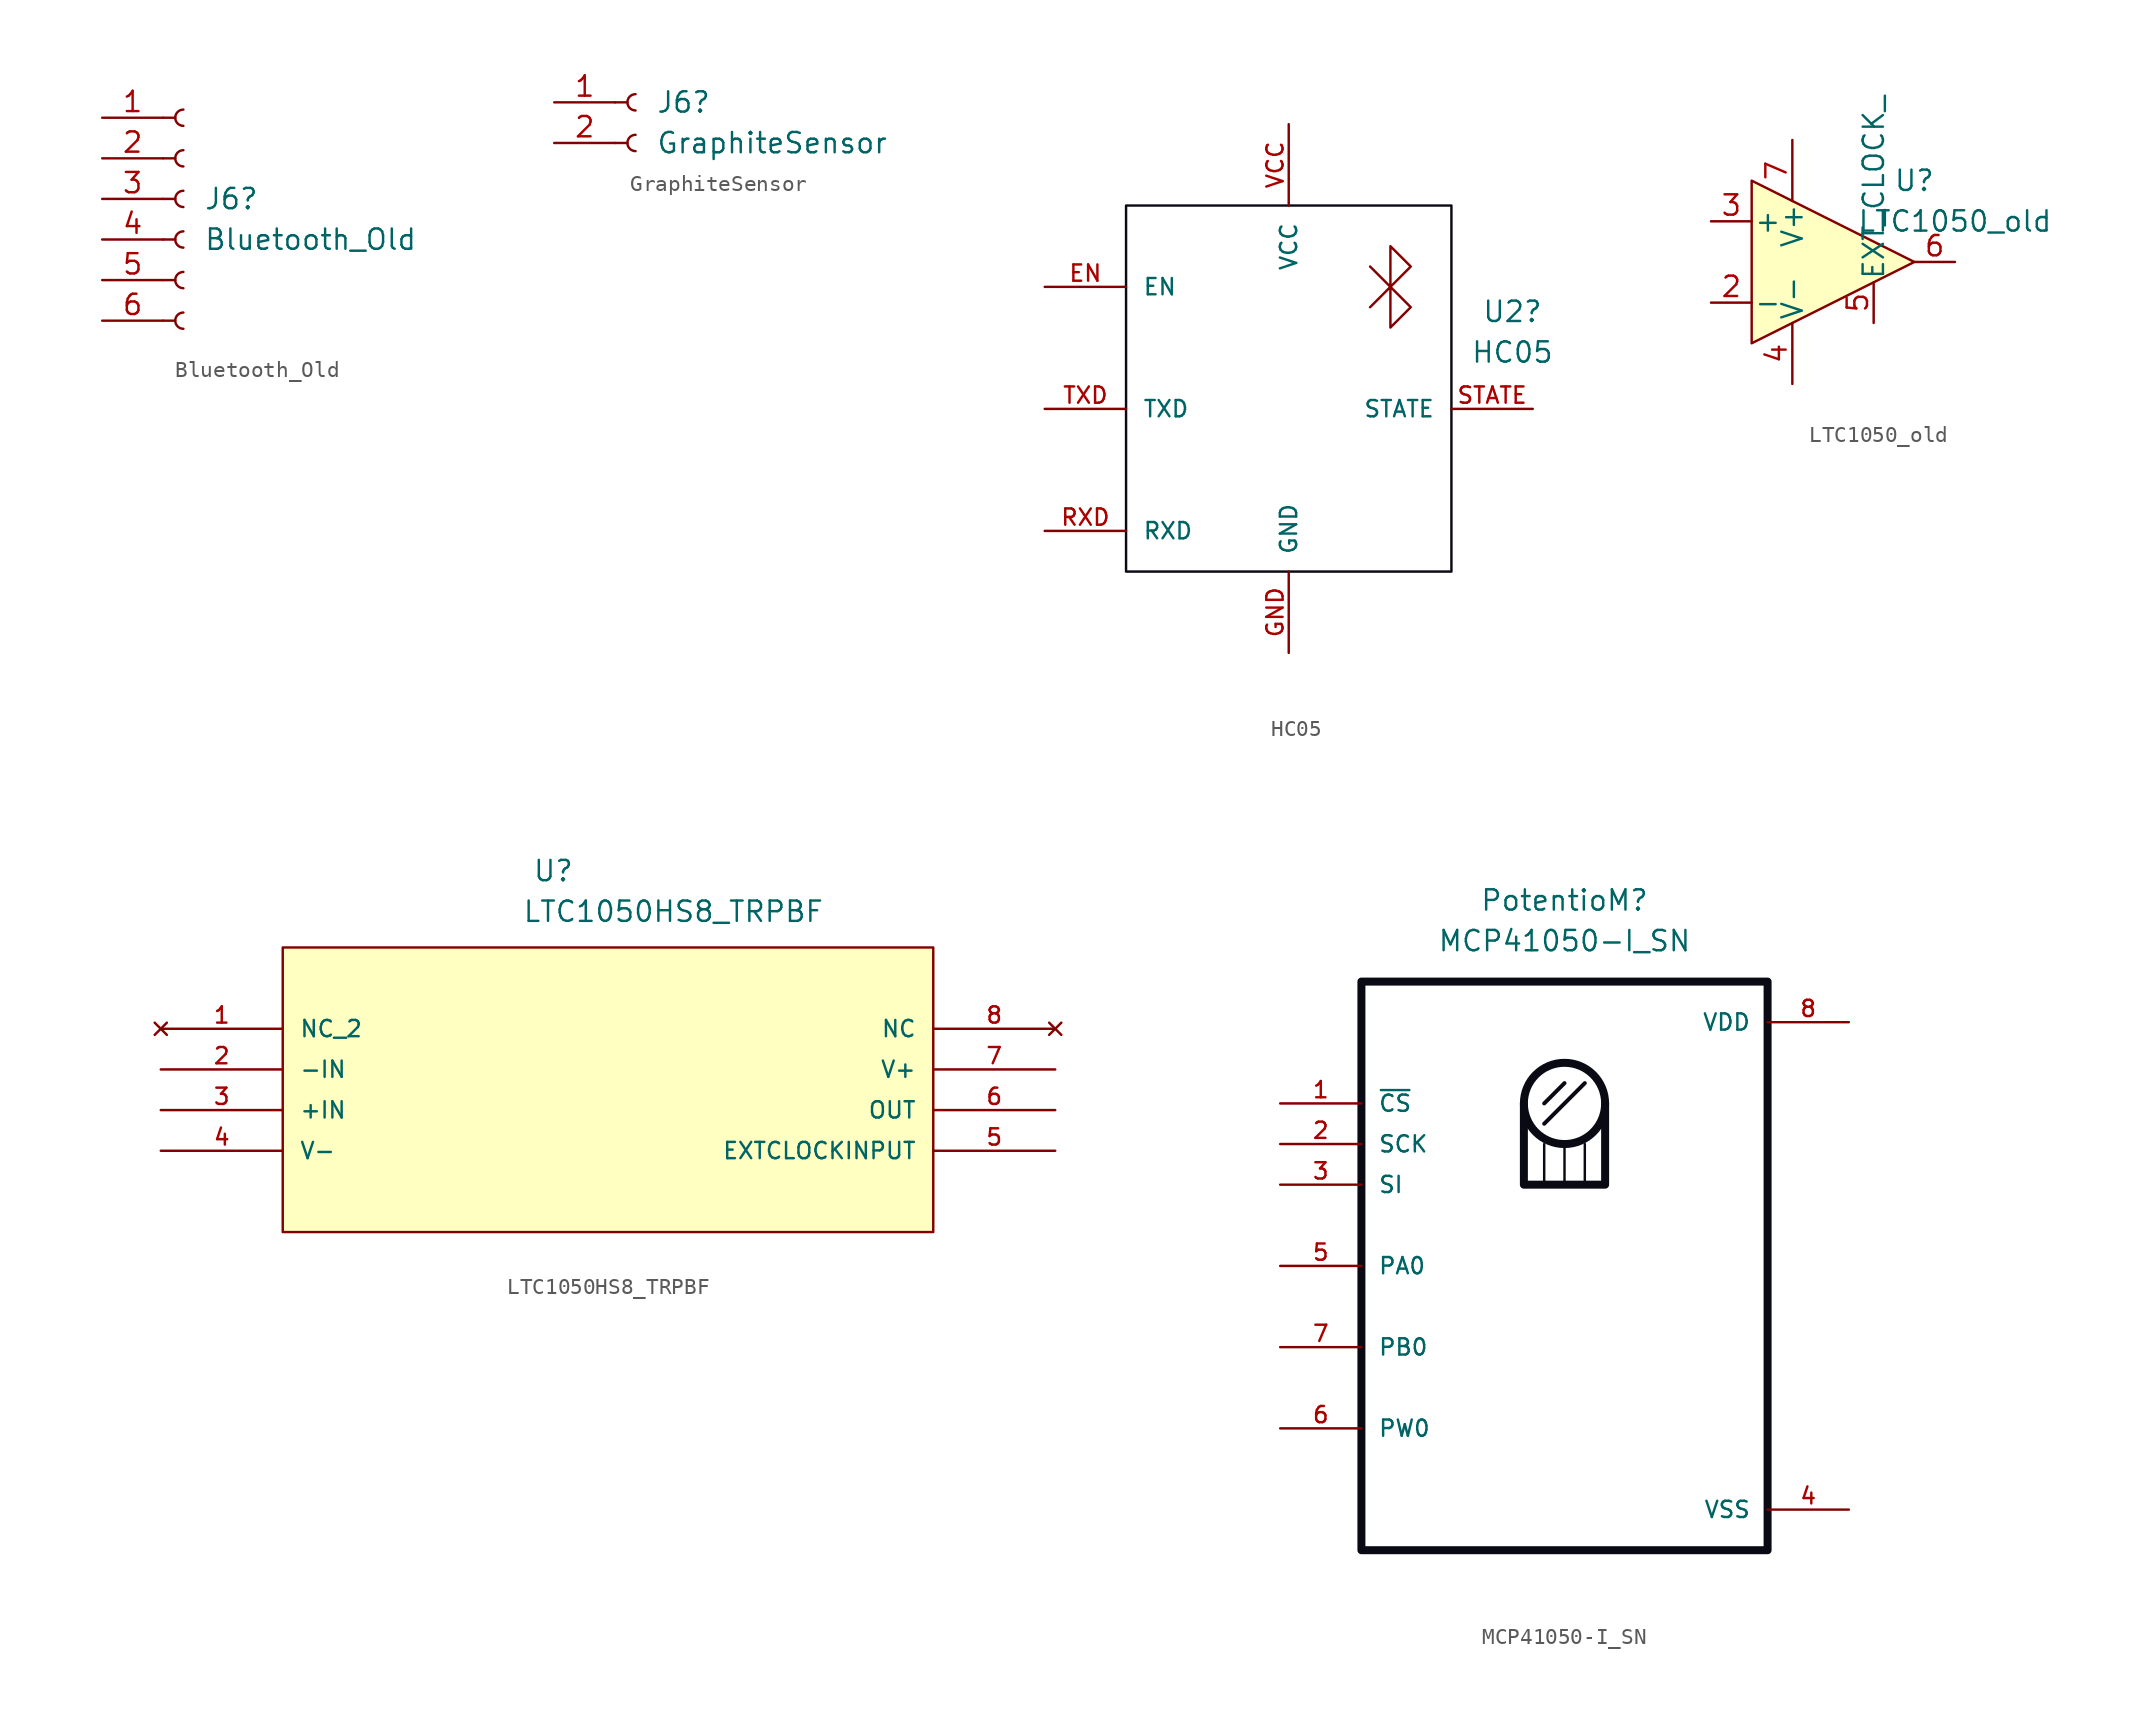
<source format=kicad_sym>
(kicad_symbol_lib
  (version 20241209)
  (generator "kicad_symbol_editor")
  (generator_version "9.0")
  (symbol "Bluetooth_Old"
    (pin_names
      (offset 1.016)
      (hide yes))
    (property "Reference" "J6"
      (at 1.27 0.0001 0)
      (effects (font (size 1.27 1.27)) (justify left)))
    (property "Value" "Bluetooth_Old"
      (at 1.27 -2.54 0)
      (effects (font (size 1.27 1.27)) (justify left)))
    (property "ki_locked" ""
      (at 0 0 0)
      (effects (font (size 1.27 1.27))))
    (symbol "Bluetooth_Old_1_1"
      (polyline (pts (xy -1.27 5.08) (xy -0.508 5.08)) (stroke (width 0.152) (type default)) (fill (type none)))
      (polyline (pts (xy -1.27 2.54) (xy -0.508 2.54)) (stroke (width 0.152) (type default)) (fill (type none)))
      (polyline (pts (xy -1.27 0) (xy -0.508 0)) (stroke (width 0.152) (type default)) (fill (type none)))
      (polyline (pts (xy -1.27 -2.54) (xy -0.508 -2.54)) (stroke (width 0.152) (type default)) (fill (type none)))
      (polyline (pts (xy -1.27 -5.08) (xy -0.508 -5.08)) (stroke (width 0.152) (type default)) (fill (type none)))
      (polyline (pts (xy -1.27 -7.62) (xy -0.508 -7.62)) (stroke (width 0.152) (type default)) (fill (type none)))
      (arc (start 0 4.572) (mid -0.5058 5.08) (end 0 5.588) (stroke (width 0.1524) (type default)) (fill (type none)))
      (arc (start 0 2.032) (mid -0.5058 2.54) (end 0 3.048) (stroke (width 0.1524) (type default)) (fill (type none)))
      (arc (start 0 -0.508) (mid -0.5058 0) (end 0 0.508) (stroke (width 0.1524) (type default)) (fill (type none)))
      (arc (start 0 -3.048) (mid -0.5058 -2.54) (end 0 -2.032) (stroke (width 0.1524) (type default)) (fill (type none)))
      (arc (start 0 -5.588) (mid -0.5058 -5.08) (end 0 -4.572) (stroke (width 0.1524) (type default)) (fill (type none)))
      (arc (start 0 -8.128) (mid -0.5058 -7.62) (end 0 -7.112) (stroke (width 0.1524) (type default)) (fill (type none)))
      (pin passive line (at -5.08 5.08 0) (length 3.81) (name "Pin_1" (effects (font (size 1.27 1.27)))) (number "1" (effects (font (size 1.27 1.27)))))
      (pin passive line (at -5.08 2.54 0) (length 3.81) (name "Pin_2" (effects (font (size 1.27 1.27)))) (number "2" (effects (font (size 1.27 1.27)))))
      (pin passive line (at -5.08 0 0) (length 3.81) (name "Pin_3" (effects (font (size 1.27 1.27)))) (number "3" (effects (font (size 1.27 1.27)))))
      (pin passive line (at -5.08 -2.54 0) (length 3.81) (name "Pin_4" (effects (font (size 1.27 1.27)))) (number "4" (effects (font (size 1.27 1.27)))))
      (pin passive line (at -5.08 -5.08 0) (length 3.81) (name "Pin_5" (effects (font (size 1.27 1.27)))) (number "5" (effects (font (size 1.27 1.27)))))
      (pin passive line (at -5.08 -7.62 0) (length 3.81) (name "Pin_6" (effects (font (size 1.27 1.27)))) (number "6" (effects (font (size 1.27 1.27)))))))
  (symbol "GraphiteSensor"
    (pin_names
      (offset 1.016)
      (hide yes))
    (property "Reference" "J6"
      (at 1.27 0.0001 0)
      (effects (font (size 1.27 1.27)) (justify left)))
    (property "Value" "GraphiteSensor"
      (at 1.27 -2.54 0)
      (effects (font (size 1.27 1.27)) (justify left)))
    (property "ki_locked" ""
      (at 0 0 0)
      (effects (font (size 1.27 1.27))))
    (symbol "GraphiteSensor_1_1"
      (polyline (pts (xy -1.27 0) (xy -0.508 0)) (stroke (width 0.152) (type default)) (fill (type none)))
      (polyline (pts (xy -1.27 -2.54) (xy -0.508 -2.54)) (stroke (width 0.152) (type default)) (fill (type none)))
      (arc (start 0 -0.508) (mid -0.5058 0) (end 0 0.508) (stroke (width 0.1524) (type default)) (fill (type none)))
      (arc (start 0 -3.048) (mid -0.5058 -2.54) (end 0 -2.032) (stroke (width 0.1524) (type default)) (fill (type none)))
      (pin passive line (at -5.08 0 0) (length 3.81) (name "Pin_1" (effects (font (size 1.27 1.27)))) (number "1" (effects (font (size 1.27 1.27)))))
      (pin passive line (at -5.08 -2.54 0) (length 3.81) (name "Pin_2" (effects (font (size 1.27 1.27)))) (number "2" (effects (font (size 1.27 1.27)))))))
  (symbol "HC05"
    (pin_names
      (offset 1.016))
    (property "Reference" "U2"
      (at 16.51 6.071 0)
      (effects (font (size 1.27 1.27))))
    (property "Value" "HC05"
      (at 16.51 3.531 0)
      (effects (font (size 1.27 1.27))))
    (symbol "HC05_0_0"
      (pin bidirectional line (at -12.7 7.62 0) (length 5.08) (name "EN" (effects (font (size 1.016 1.016)))) (number "EN" (effects (font (size 1.016 1.016)))))
      (pin bidirectional line (at -12.7 0 0) (length 5.08) (name "TXD" (effects (font (size 1.016 1.016)))) (number "TXD" (effects (font (size 1.016 1.016)))))
      (pin bidirectional line (at -12.7 -7.62 0) (length 5.08) (name "RXD" (effects (font (size 1.016 1.016)))) (number "RXD" (effects (font (size 1.016 1.016)))))
      (pin bidirectional line (at 2.54 17.78 270) (length 5.08) (name "VCC" (effects (font (size 1.016 1.016)))) (number "VCC" (effects (font (size 1.016 1.016)))))
      (pin bidirectional line (at 2.54 -15.24 90) (length 5.08) (name "GND" (effects (font (size 1.016 1.016)))) (number "GND" (effects (font (size 1.016 1.016)))))
      (pin bidirectional line (at 17.78 0 180) (length 5.08) (name "STATE" (effects (font (size 1.016 1.016)))) (number "STATE" (effects (font (size 1.016 1.016))))))
    (symbol "HC05_0_1"
      (polyline (pts (xy 7.62 8.89) (xy 8.89 7.62) (xy 10.16 8.89) (xy 8.89 10.16) (xy 8.89 5.08) (xy 10.16 6.35) (xy 8.89 7.62) (xy 7.62 6.35)) (stroke (width 0) (type default)) (fill (type none))))
    (symbol "HC05_1_0"
      (rectangle (start -7.62 12.7) (end 12.7 -10.16) (stroke (width 0) (type solid) (color 10 10 20 1)) (fill (type none)))))
  (symbol "LTC1050_old"
    (pin_names
      (offset 0.127))
    (property "Reference" "U"
      (at 5.08 5.08 0)
      (effects (font (size 1.27 1.27))))
    (property "Value" "LTC1050_old"
      (at 7.62 2.54 0)
      (effects (font (size 1.27 1.27))))
    (symbol "LTC1050_old_0_1"
      (polyline (pts (xy -5.08 5.08) (xy -5.08 -5.08) (xy 5.08 0) (xy -5.08 5.08)) (stroke (width 0) (type default)) (fill (type background))))
    (symbol "LTC1050_old_1_1"
      (pin input line (at -7.62 2.54 0) (length 2.54) (name "+" (effects (font (size 1.27 1.27)))) (number "3" (effects (font (size 1.27 1.27)))))
      (pin input line (at -7.62 -2.54 0) (length 2.54) (name "-" (effects (font (size 1.27 1.27)))) (number "2" (effects (font (size 1.27 1.27)))))
      (pin no_connect line (at -5.08 0 0) (length 3.81) (hide yes) (name "NC" (effects (font (size 1.27 1.27)))) (number "1" (effects (font (size 1.27 1.27)))))
      (pin power_in line (at -2.54 7.62 270) (length 3.81) (name "V+" (effects (font (size 1.27 1.27)))) (number "7" (effects (font (size 1.27 1.27)))))
      (pin power_in line (at -2.54 -7.62 90) (length 3.81) (name "V-" (effects (font (size 1.27 1.27)))) (number "4" (effects (font (size 1.27 1.27)))))
      (pin no_connect line (at 0 2.54 270) (length 3.81) (hide yes) (name "NC" (effects (font (size 1.27 1.27)))) (number "8" (effects (font (size 1.27 1.27)))))
      (pin input line (at 2.54 -3.81 90) (length 2.54) (name "EXT_CLOCK_" (effects (font (size 1.27 1.27)))) (number "5" (effects (font (size 1.27 1.27)))))
      (pin output line (at 7.62 0 180) (length 2.54) (name "~" (effects (font (size 1.27 1.27)))) (number "6" (effects (font (size 1.27 1.27)))))))
  (symbol "LTC1050HS8_TRPBF"
    (pin_names
      (offset 1.016))
    (property "Reference" "U"
      (at 23.216 9.119 0)
      (effects (font (size 1.27 1.27)) (justify left bottom)))
    (property "Value" "LTC1050HS8_TRPBF"
      (at 22.581 6.579 0)
      (effects (font (size 1.27 1.27)) (justify left bottom)))
    (symbol "LTC1050HS8_TRPBF_0_0"
      (rectangle (start 7.62 -12.7) (end 48.26 5.08) (stroke (width 0.152) (type default)) (fill (type background)))
      (pin no_connect line (at 0 0 0) (length 7.62) (name "NC_2" (effects (font (size 1.016 1.016)))) (number "1" (effects (font (size 1.016 1.016)))))
      (pin input line (at 0 -2.54 0) (length 7.62) (name "-IN" (effects (font (size 1.016 1.016)))) (number "2" (effects (font (size 1.016 1.016)))))
      (pin input line (at 0 -5.08 0) (length 7.62) (name "+IN" (effects (font (size 1.016 1.016)))) (number "3" (effects (font (size 1.016 1.016)))))
      (pin power_in line (at 0 -7.62 0) (length 7.62) (name "V-" (effects (font (size 1.016 1.016)))) (number "4" (effects (font (size 1.016 1.016)))))
      (pin no_connect line (at 55.88 0 180) (length 7.62) (name "NC" (effects (font (size 1.016 1.016)))) (number "8" (effects (font (size 1.016 1.016)))))
      (pin power_in line (at 55.88 -2.54 180) (length 7.62) (name "V+" (effects (font (size 1.016 1.016)))) (number "7" (effects (font (size 1.016 1.016)))))
      (pin output line (at 55.88 -5.08 180) (length 7.62) (name "OUT" (effects (font (size 1.016 1.016)))) (number "6" (effects (font (size 1.016 1.016)))))
      (pin input line (at 55.88 -7.62 180) (length 7.62) (name "EXTCLOCKINPUT" (effects (font (size 1.016 1.016)))) (number "5" (effects (font (size 1.016 1.016)))))))
  (symbol "MCP41050-I_SN"
    (pin_names
      (offset 1.016))
    (property "Reference" "PotentioM"
      (at 0 22.86 0)
      (effects (font (size 1.27 1.27))))
    (property "Value" "MCP41050-I_SN"
      (at 0 20.32 0)
      (effects (font (size 1.27 1.27))))
    (symbol "MCP41050-I_SN_0_0"
      (pin input line (at -17.78 10.16 0) (length 5.08) (name "~{CS}" (effects (font (size 1.016 1.016)))) (number "1" (effects (font (size 1.016 1.016)))))
      (pin input line (at -17.78 7.62 0) (length 5.08) (name "SCK" (effects (font (size 1.016 1.016)))) (number "2" (effects (font (size 1.016 1.016)))))
      (pin input line (at -17.78 5.08 0) (length 5.08) (name "SI" (effects (font (size 1.016 1.016)))) (number "3" (effects (font (size 1.016 1.016)))))
      (pin bidirectional line (at -17.78 0 0) (length 5.08) (name "PA0" (effects (font (size 1.016 1.016)))) (number "5" (effects (font (size 1.016 1.016)))))
      (pin bidirectional line (at -17.78 -5.08 0) (length 5.08) (name "PB0" (effects (font (size 1.016 1.016)))) (number "7" (effects (font (size 1.016 1.016)))))
      (pin bidirectional line (at -17.78 -10.16 0) (length 5.08) (name "PW0" (effects (font (size 1.016 1.016)))) (number "6" (effects (font (size 1.016 1.016)))))
      (pin power_in line (at 17.78 15.24 180) (length 5.08) (name "VDD" (effects (font (size 1.016 1.016)))) (number "8" (effects (font (size 1.016 1.016)))))
      (pin power_in line (at 17.78 -15.24 180) (length 5.08) (name "VSS" (effects (font (size 1.016 1.016)))) (number "4" (effects (font (size 1.016 1.016))))))
    (symbol "MCP41050-I_SN_1_0"
      (rectangle (start -12.7 17.78) (end 12.7 -17.78) (stroke (width 0.5) (type solid) (color 10 10 20 1)) (fill (type none)))
      (polyline (pts (xy -1.27 10.16) (xy 0 11.43)) (stroke (width 0.25) (type solid) (color 10 10 20 1)) (fill (type none)))
      (polyline (pts (xy -1.27 8.89) (xy 1.27 11.43)) (stroke (width 0.25) (type solid) (color 10 10 20 1)) (fill (type none)))
      (circle (center 0 10.16) (radius 2.54) (stroke (width 0.5) (type default) (color 10 10 20 1)) (fill (type none)))
      (polyline (pts (xy 2.54 10.16) (xy 2.54 5.08) (xy -2.54 5.08) (xy -2.54 10.16)) (stroke (width 0.5) (type solid) (color 10 10 20 1)) (fill (type none))))
    (symbol "MCP41050-I_SN_1_1"
      (polyline (pts (xy -1.27 7.62) (xy -1.27 5.08)) (stroke (width 0) (type solid) (color 10 10 20 1)) (fill (type none)))
      (polyline (pts (xy 0 7.62) (xy 0 5.08)) (stroke (width 0) (type solid) (color 10 10 20 1)) (fill (type none)))
      (polyline (pts (xy 1.27 7.62) (xy 1.27 5.08)) (stroke (width 0) (type solid) (color 10 10 20 1)) (fill (type none))))))
</source>
